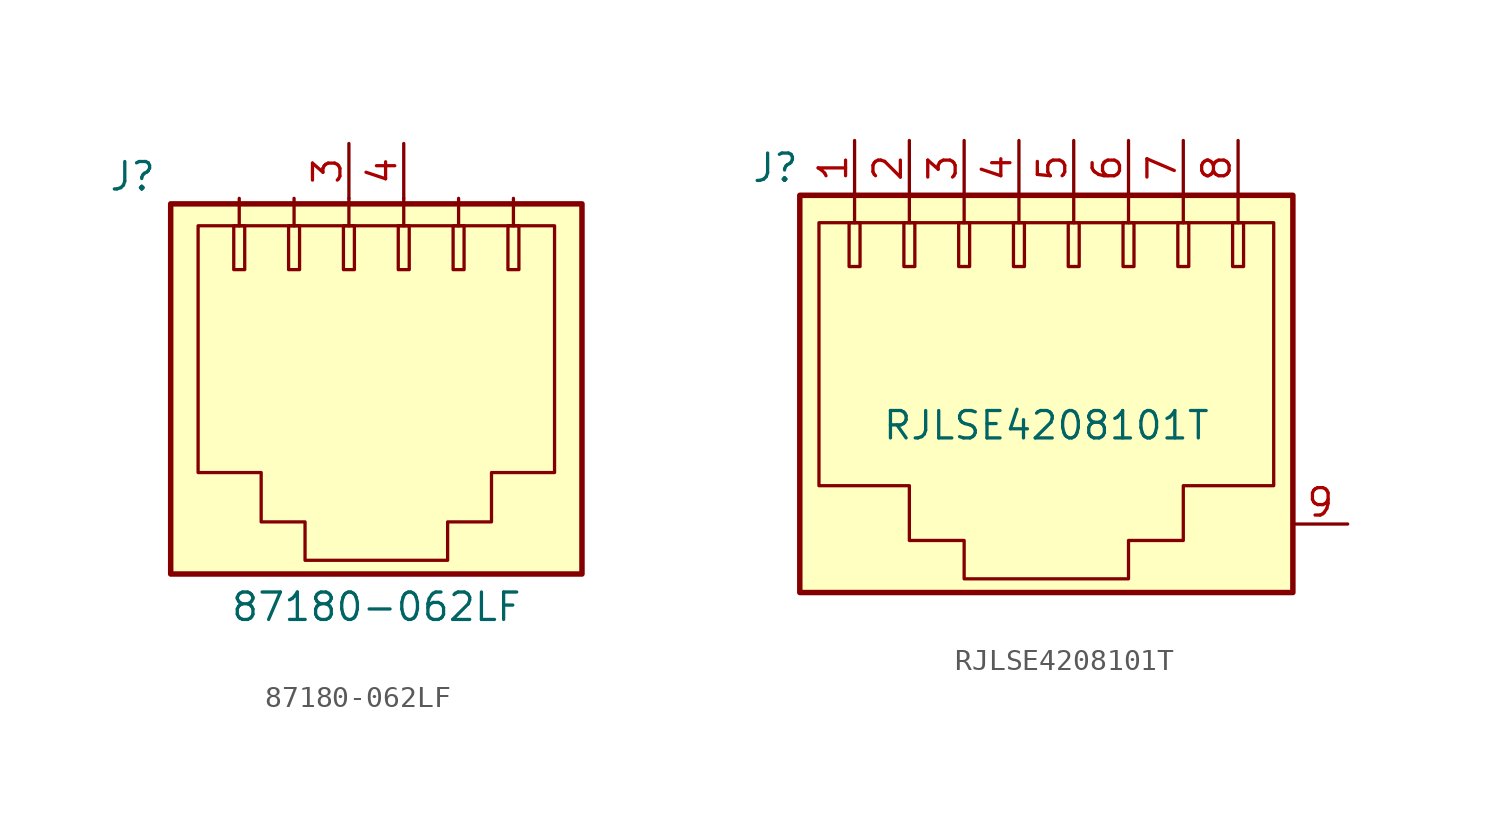
<source format=kicad_sym>
(kicad_symbol_lib
  (version 20231120)
  (generator "kicad_symbol_editor")
  (generator_version "8.0")
  (symbol "87180-062LF"
    (pin_names
      (offset 1.016))
    (property "Reference" "J"
      (at -11.43 8.636 0)
      (effects (font (size 1.27 1.27)) (justify right)))
    (property "Value" "87180-062LF"
      (at -1.27 -11.303 0)
      (effects (font (size 1.27 1.27))))
    (symbol "87180-062LF_0_1"
      (rectangle (start -10.795 7.366) (end 8.255 -9.779) (stroke (width 0.254) (type default)) (fill (type background)))
      (rectangle (start -7.874 6.35) (end -7.366 4.318) (stroke (width 0) (type default)) (fill (type none)))
      (rectangle (start -5.334 6.35) (end -4.826 4.318) (stroke (width 0) (type default)) (fill (type none)))
      (rectangle (start -2.794 6.35) (end -2.286 4.318) (stroke (width 0) (type default)) (fill (type none)))
      (rectangle (start -0.254 6.35) (end 0.254 4.318) (stroke (width 0) (type default)) (fill (type none)))
      (polyline (pts (xy -7.62 7.62) (xy -7.62 6.35)) (stroke (width 0) (type default)) (fill (type none)))
      (polyline (pts (xy -5.08 7.62) (xy -5.08 6.35)) (stroke (width 0) (type default)) (fill (type none)))
      (polyline (pts (xy -2.54 7.62) (xy -2.54 6.35)) (stroke (width 0) (type default)) (fill (type none)))
      (polyline (pts (xy 0 7.62) (xy 0 6.35)) (stroke (width 0) (type default)) (fill (type none)))
      (polyline (pts (xy 2.54 7.62) (xy 2.54 6.35)) (stroke (width 0) (type default)) (fill (type none)))
      (polyline (pts (xy 5.08 7.62) (xy 5.08 6.35)) (stroke (width 0) (type default)) (fill (type none)))
      (polyline (pts (xy -9.525 6.35) (xy 6.985 6.35) (xy 6.985 -5.08) (xy 4.064 -5.08) (xy 4.064 -7.366) (xy 2.032 -7.366) (xy 2.032 -9.144) (xy -4.572 -9.144) (xy -4.572 -7.366) (xy -6.604 -7.366) (xy -6.604 -5.08) (xy -9.525 -5.08) (xy -9.525 6.35)) (stroke (width 0) (type default)) (fill (type none)))
      (rectangle (start 2.286 6.35) (end 2.794 4.318) (stroke (width 0) (type default)) (fill (type none)))
      (rectangle (start 4.826 6.35) (end 5.334 4.318) (stroke (width 0) (type default)) (fill (type none))))
    (symbol "87180-062LF_1_1"
      (pin passive line (at -2.54 10.16 270) (length 2.54) (name "~" (effects (font (size 1.27 1.27)))) (number "3" (effects (font (size 1.27 1.27)))))
      (pin passive line (at 0 10.16 270) (length 2.54) (name "~" (effects (font (size 1.27 1.27)))) (number "4" (effects (font (size 1.27 1.27)))))))
  (symbol "RJLSE4208101T"
    (pin_names
      (offset 1.016))
    (property "Reference" "J"
      (at -10.16 8.89 0)
      (effects (font (size 1.27 1.27)) (justify right)))
    (property "Value" "RJLSE4208101T"
      (at 1.27 -3.048 0)
      (effects (font (size 1.27 1.27))))
    (symbol "RJLSE4208101T_0_1"
      (rectangle (start -10.16 7.62) (end 12.7 -10.795) (stroke (width 0.254) (type default)) (fill (type background)))
      (rectangle (start -7.874 6.35) (end -7.366 4.318) (stroke (width 0) (type default)) (fill (type none)))
      (rectangle (start -5.334 6.35) (end -4.826 4.318) (stroke (width 0) (type default)) (fill (type none)))
      (rectangle (start -2.794 6.35) (end -2.286 4.318) (stroke (width 0) (type default)) (fill (type none)))
      (rectangle (start -0.254 6.35) (end 0.254 4.318) (stroke (width 0) (type default)) (fill (type none)))
      (polyline (pts (xy -7.62 7.62) (xy -7.62 6.35)) (stroke (width 0) (type default)) (fill (type none)))
      (polyline (pts (xy -5.08 7.62) (xy -5.08 6.35)) (stroke (width 0) (type default)) (fill (type none)))
      (polyline (pts (xy -2.54 7.62) (xy -2.54 6.35)) (stroke (width 0) (type default)) (fill (type none)))
      (polyline (pts (xy 0 7.62) (xy 0 6.35)) (stroke (width 0) (type default)) (fill (type none)))
      (polyline (pts (xy 2.54 7.62) (xy 2.54 6.35)) (stroke (width 0) (type default)) (fill (type none)))
      (polyline (pts (xy 5.08 7.62) (xy 5.08 6.35)) (stroke (width 0) (type default)) (fill (type none)))
      (polyline (pts (xy 7.62 7.62) (xy 7.62 6.35)) (stroke (width 0) (type default)) (fill (type none)))
      (polyline (pts (xy 10.16 7.62) (xy 10.16 6.35)) (stroke (width 0) (type default)) (fill (type none)))
      (polyline (pts (xy -9.271 6.35) (xy 11.811 6.35) (xy 11.811 -5.842) (xy 7.62 -5.842) (xy 7.62 -8.382) (xy 5.08 -8.382) (xy 5.08 -10.16) (xy -2.54 -10.16) (xy -2.54 -8.382) (xy -5.08 -8.382) (xy -5.08 -5.842) (xy -9.271 -5.842) (xy -9.271 6.35)) (stroke (width 0) (type default)) (fill (type none)))
      (rectangle (start 2.286 6.35) (end 2.794 4.318) (stroke (width 0) (type default)) (fill (type none)))
      (rectangle (start 4.826 6.35) (end 5.334 4.318) (stroke (width 0) (type default)) (fill (type none)))
      (rectangle (start 7.366 6.35) (end 7.874 4.318) (stroke (width 0) (type default)) (fill (type none)))
      (rectangle (start 9.906 6.35) (end 10.414 4.318) (stroke (width 0) (type default)) (fill (type none))))
    (symbol "RJLSE4208101T_1_1"
      (pin passive line (at -7.62 10.16 270) (length 2.54) (name "~" (effects (font (size 1.27 1.27)))) (number "1" (effects (font (size 1.27 1.27)))))
      (pin passive line (at -5.08 10.16 270) (length 2.54) (name "~" (effects (font (size 1.27 1.27)))) (number "2" (effects (font (size 1.27 1.27)))))
      (pin passive line (at -2.54 10.16 270) (length 2.54) (name "~" (effects (font (size 1.27 1.27)))) (number "3" (effects (font (size 1.27 1.27)))))
      (pin passive line (at 0 10.16 270) (length 2.54) (name "~" (effects (font (size 1.27 1.27)))) (number "4" (effects (font (size 1.27 1.27)))))
      (pin passive line (at 2.54 10.16 270) (length 2.54) (name "~" (effects (font (size 1.27 1.27)))) (number "5" (effects (font (size 1.27 1.27)))))
      (pin passive line (at 5.08 10.16 270) (length 2.54) (name "~" (effects (font (size 1.27 1.27)))) (number "6" (effects (font (size 1.27 1.27)))))
      (pin passive line (at 7.62 10.16 270) (length 2.54) (name "~" (effects (font (size 1.27 1.27)))) (number "7" (effects (font (size 1.27 1.27)))))
      (pin passive line (at 10.16 10.16 270) (length 2.54) (name "~" (effects (font (size 1.27 1.27)))) (number "8" (effects (font (size 1.27 1.27)))))
      (pin unspecified line (at 15.24 -7.62 180) (length 2.54) (name "~" (effects (font (size 1.27 1.27)))) (number "9" (effects (font (size 1.27 1.27))))))))
</source>
